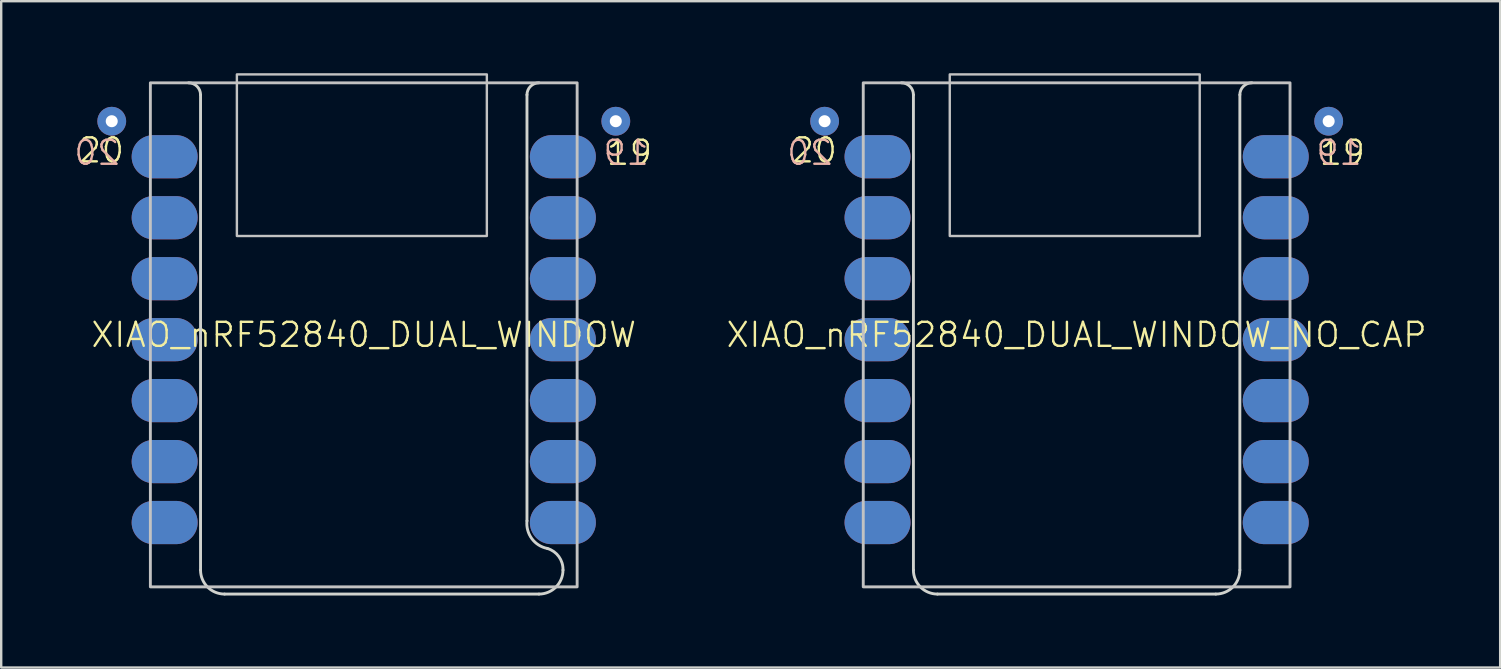
<source format=kicad_pcb>
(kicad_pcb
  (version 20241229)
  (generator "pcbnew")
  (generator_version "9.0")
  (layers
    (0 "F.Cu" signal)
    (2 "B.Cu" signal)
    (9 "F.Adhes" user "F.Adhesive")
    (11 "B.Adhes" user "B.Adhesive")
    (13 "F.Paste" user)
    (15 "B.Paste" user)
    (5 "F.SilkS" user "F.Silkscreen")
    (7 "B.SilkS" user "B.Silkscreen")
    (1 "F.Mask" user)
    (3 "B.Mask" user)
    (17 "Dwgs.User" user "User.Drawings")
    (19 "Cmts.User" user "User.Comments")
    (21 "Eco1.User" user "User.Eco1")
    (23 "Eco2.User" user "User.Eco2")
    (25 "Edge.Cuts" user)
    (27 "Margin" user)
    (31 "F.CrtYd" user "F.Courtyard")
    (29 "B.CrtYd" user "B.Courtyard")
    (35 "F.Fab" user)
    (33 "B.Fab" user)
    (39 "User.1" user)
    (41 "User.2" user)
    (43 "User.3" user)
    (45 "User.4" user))
  (footprint "XIAO_nRF52840_DUAL_WINDOW_NO_CAP"
    (layer "F.Cu")
    (at 41.805 0.4)
    (property "Reference" "XIAO_nRF52840_DUAL_WINDOW_NO_CAP" (at 0 10.5 0) (unlocked yes) (layer "F.SilkS") (effects (font (size 1 1) (thickness 0.1))))
    (attr smd)
    (fp_rect (start -8.89 21) (end 8.89 0) (stroke (width 0.12) (type solid)) (fill no) (layer "Dwgs.User"))
    (fp_rect (start -5.286 -0.35) (end 5.128 6.381) (stroke (width 0.1) (type default)) (fill no) (layer "Dwgs.User"))
    (fp_line (start -6.8 0.5) (end -6.8 20.3) (stroke (width 0.12) (type default)) (layer "Edge.Cuts"))
    (fp_line (start -5.8 21.3) (end 5.8 21.3) (stroke (width 0.12) (type default)) (layer "Edge.Cuts"))
    (fp_line (start 6.8 20.3) (end 6.8 0.5) (stroke (width 0.12) (type default)) (layer "Edge.Cuts"))
    (fp_arc (start -7.3 0) (mid -6.946446 0.146446) (end -6.8 0.5) (stroke (width 0.12) (type default)) (layer "Edge.Cuts"))
    (fp_arc (start -5.8 21.3) (mid -6.507107 21.007107) (end -6.8 20.3) (stroke (width 0.12) (type default)) (layer "Edge.Cuts"))
    (fp_arc (start 6.8 0.5) (mid 6.946447 0.146447) (end 7.3 0) (stroke (width 0.12) (type default)) (layer "Edge.Cuts"))
    (fp_arc (start 6.8 20.3) (mid 6.507107 21.007107) (end 5.8 21.3) (stroke (width 0.12) (type default)) (layer "Edge.Cuts"))
    (fp_text user "19" (at 10.05 3.5 0) (unlocked yes) (layer "F.SilkS") (effects (font (size 1 1) (thickness 0.1)) (justify left bottom)))
    (fp_text user "20" (at -11.95 3.4 0) (unlocked yes) (layer "F.SilkS") (effects (font (size 1 1) (thickness 0.1)) (justify left bottom)))
    (fp_text user "19" (at 11.95 3.5 0) (unlocked yes) (layer "B.SilkS") (effects (font (size 1 1) (thickness 0.1)) (justify left bottom mirror)))
    (fp_text user "20" (at -10.1 3.5 0) (unlocked yes) (layer "B.SilkS") (effects (font (size 1 1) (thickness 0.1)) (justify left bottom mirror)))
    (pad "1" smd oval (at -8.77 3.08) (size 2.75 1.8) (drill (offset 0.475 0)) (layers "B.Cu" "B.Mask" "B.Paste"))
    (pad "1" smd oval (at 8.77 3.08) (size 2.75 1.8) (drill (offset -0.475 0)) (layers "F.Cu" "F.Mask" "F.Paste"))
    (pad "2" smd oval (at -8.77 5.62) (size 2.75 1.8) (drill (offset 0.475 0)) (layers "B.Cu" "B.Mask" "B.Paste"))
    (pad "2" smd oval (at 8.77 5.62) (size 2.75 1.8) (drill (offset -0.475 0)) (layers "F.Cu" "F.Mask" "F.Paste"))
    (pad "3" smd oval (at -8.77 8.16) (size 2.75 1.8) (drill (offset 0.475 0)) (layers "B.Cu" "B.Mask" "B.Paste"))
    (pad "3" smd oval (at 8.77 8.16) (size 2.75 1.8) (drill (offset -0.475 0)) (layers "F.Cu" "F.Mask" "F.Paste"))
    (pad "4" smd oval (at -8.77 10.7) (size 2.75 1.8) (drill (offset 0.475 0)) (layers "B.Cu" "B.Mask" "B.Paste"))
    (pad "4" smd oval (at 8.77 10.7) (size 2.75 1.8) (drill (offset -0.475 0)) (layers "F.Cu" "F.Mask" "F.Paste"))
    (pad "5" smd oval (at -8.77 13.24) (size 2.75 1.8) (drill (offset 0.475 0)) (layers "B.Cu" "B.Mask" "B.Paste"))
    (pad "5" smd oval (at 8.77 13.24) (size 2.75 1.8) (drill (offset -0.475 0)) (layers "F.Cu" "F.Mask" "F.Paste"))
    (pad "6" smd oval (at -8.77 15.78) (size 2.75 1.8) (drill (offset 0.475 0)) (layers "B.Cu" "B.Mask" "B.Paste"))
    (pad "6" smd oval (at 8.77 15.78) (size 2.75 1.8) (drill (offset -0.475 0)) (layers "F.Cu" "F.Mask" "F.Paste"))
    (pad "7" smd oval (at -8.77 18.32) (size 2.75 1.8) (drill (offset 0.475 0)) (layers "B.Cu" "B.Mask" "B.Paste"))
    (pad "7" smd oval (at 8.77 18.32) (size 2.75 1.8) (drill (offset -0.475 0)) (layers "F.Cu" "F.Mask" "F.Paste"))
    (pad "8" smd oval (at -8.77 18.32 180) (size 2.75 1.8) (drill (offset -0.475 0)) (layers "F.Cu" "F.Mask" "F.Paste"))
    (pad "8" smd oval (at 8.77 18.32 180) (size 2.75 1.8) (drill (offset 0.475 0)) (layers "B.Cu" "B.Mask" "B.Paste"))
    (pad "9" smd oval (at -8.77 15.78 180) (size 2.75 1.8) (drill (offset -0.475 0)) (layers "F.Cu" "F.Mask" "F.Paste"))
    (pad "9" smd oval (at 8.77 15.78 180) (size 2.75 1.8) (drill (offset 0.475 0)) (layers "B.Cu" "B.Mask" "B.Paste"))
    (pad "10" smd oval (at -8.77 13.24 180) (size 2.75 1.8) (drill (offset -0.475 0)) (layers "F.Cu" "F.Mask" "F.Paste"))
    (pad "10" smd oval (at 8.77 13.24 180) (size 2.75 1.8) (drill (offset 0.475 0)) (layers "B.Cu" "B.Mask" "B.Paste"))
    (pad "11" smd oval (at -8.77 10.7 180) (size 2.75 1.8) (drill (offset -0.475 0)) (layers "F.Cu" "F.Mask" "F.Paste"))
    (pad "11" smd oval (at 8.77 10.7 180) (size 2.75 1.8) (drill (offset 0.475 0)) (layers "B.Cu" "B.Mask" "B.Paste"))
    (pad "12" smd oval (at -8.77 8.16 180) (size 2.75 1.8) (drill (offset -0.475 0)) (layers "F.Cu" "F.Mask" "F.Paste"))
    (pad "12" smd oval (at 8.77 8.16 180) (size 2.75 1.8) (drill (offset 0.475 0)) (layers "B.Cu" "B.Mask" "B.Paste"))
    (pad "13" smd oval (at -8.77 5.62 180) (size 2.75 1.8) (drill (offset -0.475 0)) (layers "F.Cu" "F.Mask" "F.Paste"))
    (pad "13" smd oval (at 8.77 5.62 180) (size 2.75 1.8) (drill (offset 0.475 0)) (layers "B.Cu" "B.Mask" "B.Paste"))
    (pad "14" smd oval (at -8.77 3.08 180) (size 2.75 1.8) (drill (offset -0.475 0)) (layers "F.Cu" "F.Mask" "F.Paste"))
    (pad "14" smd oval (at 8.77 3.08 180) (size 2.75 1.8) (drill (offset 0.475 0)) (layers "B.Cu" "B.Mask" "B.Paste"))
    (pad "19" thru_hole circle (at 10.5 1.6) (size 1.2 1.2) (drill 0.5) (layers "*.Cu" "*.Mask"))
    (pad "20" thru_hole circle (at -10.5 1.6) (size 1.2 1.2) (drill 0.5) (layers "*.Cu" "*.Mask")))
  (footprint "XIAO_nRF52840_DUAL_WINDOW"
    (layer "F.Cu")
    (at 12.105 0.4)
    (property "Reference" "XIAO_nRF52840_DUAL_WINDOW" (at 0 10.5 0) (unlocked yes) (layer "F.SilkS") (effects (font (size 1 1) (thickness 0.1))))
    (attr smd)
    (fp_rect (start -8.89 21) (end 8.89 0) (stroke (width 0.12) (type solid)) (fill no) (layer "Dwgs.User"))
    (fp_rect (start -5.286 -0.35) (end 5.128 6.381) (stroke (width 0.1) (type default)) (fill no) (layer "Dwgs.User"))
    (fp_line (start -6.8 0.5) (end -6.8 20.3) (stroke (width 0.12) (type default)) (layer "Edge.Cuts"))
    (fp_line (start -5.8 21.3) (end 7.3 21.3) (stroke (width 0.12) (type default)) (layer "Edge.Cuts"))
    (fp_line (start 6.8 18.25) (end 6.8 0.5) (stroke (width 0.12) (type default)) (layer "Edge.Cuts"))
    (fp_arc (start -7.3 0) (mid -6.946446 0.146446) (end -6.8 0.5) (stroke (width 0.12) (type default)) (layer "Edge.Cuts"))
    (fp_arc (start -5.8 21.3) (mid -6.507107 21.007107) (end -6.8 20.3) (stroke (width 0.12) (type default)) (layer "Edge.Cuts"))
    (fp_arc (start 6.8 0.5) (mid 6.946447 0.146447) (end 7.3 0) (stroke (width 0.12) (type default)) (layer "Edge.Cuts"))
    (fp_arc (start 7.65 19.4) (mid 7.001382 18.990282) (end 6.8 18.25) (stroke (width 0.12) (type default)) (layer "Edge.Cuts"))
    (fp_arc (start 7.65 19.4) (mid 8.128726 19.738976) (end 8.3 20.3) (stroke (width 0.12) (type default)) (layer "Edge.Cuts"))
    (fp_arc (start 8.3 20.3) (mid 8.007107 21.007107) (end 7.3 21.3) (stroke (width 0.12) (type default)) (layer "Edge.Cuts"))
    (fp_text user "19" (at 10.05 3.5 0) (unlocked yes) (layer "F.SilkS") (effects (font (size 1 1) (thickness 0.1)) (justify left bottom)))
    (fp_text user "20" (at -11.95 3.4 0) (unlocked yes) (layer "F.SilkS") (effects (font (size 1 1) (thickness 0.1)) (justify left bottom)))
    (fp_text user "20" (at -10.1 3.5 0) (unlocked yes) (layer "B.SilkS") (effects (font (size 1 1) (thickness 0.1)) (justify left bottom mirror)))
    (fp_text user "19" (at 11.95 3.5 0) (unlocked yes) (layer "B.SilkS") (effects (font (size 1 1) (thickness 0.1)) (justify left bottom mirror)))
    (pad "1" smd oval (at -8.77 3.08) (size 2.75 1.8) (drill (offset 0.475 0)) (layers "B.Cu" "B.Mask" "B.Paste"))
    (pad "1" smd oval (at 8.77 3.08) (size 2.75 1.8) (drill (offset -0.475 0)) (layers "F.Cu" "F.Mask" "F.Paste"))
    (pad "2" smd oval (at -8.77 5.62) (size 2.75 1.8) (drill (offset 0.475 0)) (layers "B.Cu" "B.Mask" "B.Paste"))
    (pad "2" smd oval (at 8.77 5.62) (size 2.75 1.8) (drill (offset -0.475 0)) (layers "F.Cu" "F.Mask" "F.Paste"))
    (pad "3" smd oval (at -8.77 8.16) (size 2.75 1.8) (drill (offset 0.475 0)) (layers "B.Cu" "B.Mask" "B.Paste"))
    (pad "3" smd oval (at 8.77 8.16) (size 2.75 1.8) (drill (offset -0.475 0)) (layers "F.Cu" "F.Mask" "F.Paste"))
    (pad "4" smd oval (at -8.77 10.7) (size 2.75 1.8) (drill (offset 0.475 0)) (layers "B.Cu" "B.Mask" "B.Paste"))
    (pad "4" smd oval (at 8.77 10.7) (size 2.75 1.8) (drill (offset -0.475 0)) (layers "F.Cu" "F.Mask" "F.Paste"))
    (pad "5" smd oval (at -8.77 13.24) (size 2.75 1.8) (drill (offset 0.475 0)) (layers "B.Cu" "B.Mask" "B.Paste"))
    (pad "5" smd oval (at 8.77 13.24) (size 2.75 1.8) (drill (offset -0.475 0)) (layers "F.Cu" "F.Mask" "F.Paste"))
    (pad "6" smd oval (at -8.77 15.78) (size 2.75 1.8) (drill (offset 0.475 0)) (layers "B.Cu" "B.Mask" "B.Paste"))
    (pad "6" smd oval (at 8.77 15.78) (size 2.75 1.8) (drill (offset -0.475 0)) (layers "F.Cu" "F.Mask" "F.Paste"))
    (pad "7" smd oval (at -8.77 18.32) (size 2.75 1.8) (drill (offset 0.475 0)) (layers "B.Cu" "B.Mask" "B.Paste"))
    (pad "7" smd oval (at 8.77 18.32) (size 2.75 1.8) (drill (offset -0.475 0)) (layers "F.Cu" "F.Mask" "F.Paste"))
    (pad "8" smd oval (at -8.77 18.32 180) (size 2.75 1.8) (drill (offset -0.475 0)) (layers "F.Cu" "F.Mask" "F.Paste"))
    (pad "8" smd oval (at 8.77 18.32 180) (size 2.75 1.8) (drill (offset 0.475 0)) (layers "B.Cu" "B.Mask" "B.Paste"))
    (pad "9" smd oval (at -8.77 15.78 180) (size 2.75 1.8) (drill (offset -0.475 0)) (layers "F.Cu" "F.Mask" "F.Paste"))
    (pad "9" smd oval (at 8.77 15.78 180) (size 2.75 1.8) (drill (offset 0.475 0)) (layers "B.Cu" "B.Mask" "B.Paste"))
    (pad "10" smd oval (at -8.77 13.24 180) (size 2.75 1.8) (drill (offset -0.475 0)) (layers "F.Cu" "F.Mask" "F.Paste"))
    (pad "10" smd oval (at 8.77 13.24 180) (size 2.75 1.8) (drill (offset 0.475 0)) (layers "B.Cu" "B.Mask" "B.Paste"))
    (pad "11" smd oval (at -8.77 10.7 180) (size 2.75 1.8) (drill (offset -0.475 0)) (layers "F.Cu" "F.Mask" "F.Paste"))
    (pad "11" smd oval (at 8.77 10.7 180) (size 2.75 1.8) (drill (offset 0.475 0)) (layers "B.Cu" "B.Mask" "B.Paste"))
    (pad "12" smd oval (at -8.77 8.16 180) (size 2.75 1.8) (drill (offset -0.475 0)) (layers "F.Cu" "F.Mask" "F.Paste"))
    (pad "12" smd oval (at 8.77 8.16 180) (size 2.75 1.8) (drill (offset 0.475 0)) (layers "B.Cu" "B.Mask" "B.Paste"))
    (pad "13" smd oval (at -8.77 5.62 180) (size 2.75 1.8) (drill (offset -0.475 0)) (layers "F.Cu" "F.Mask" "F.Paste"))
    (pad "13" smd oval (at 8.77 5.62 180) (size 2.75 1.8) (drill (offset 0.475 0)) (layers "B.Cu" "B.Mask" "B.Paste"))
    (pad "14" smd oval (at -8.77 3.08 180) (size 2.75 1.8) (drill (offset -0.475 0)) (layers "F.Cu" "F.Mask" "F.Paste"))
    (pad "14" smd oval (at 8.77 3.08 180) (size 2.75 1.8) (drill (offset 0.475 0)) (layers "B.Cu" "B.Mask" "B.Paste"))
    (pad "19" thru_hole circle (at 10.5 1.6) (size 1.2 1.2) (drill 0.5) (layers "*.Cu" "*.Mask"))
    (pad "20" thru_hole circle (at -10.5 1.6) (size 1.2 1.2) (drill 0.5) (layers "*.Cu" "*.Mask")))
  (gr_rect
    (start -3 -3)
    (end 59.45 24.76)
    (stroke (width 0.1) (type default))
    (fill no)
    (layer "Edge.Cuts")))
</source>
